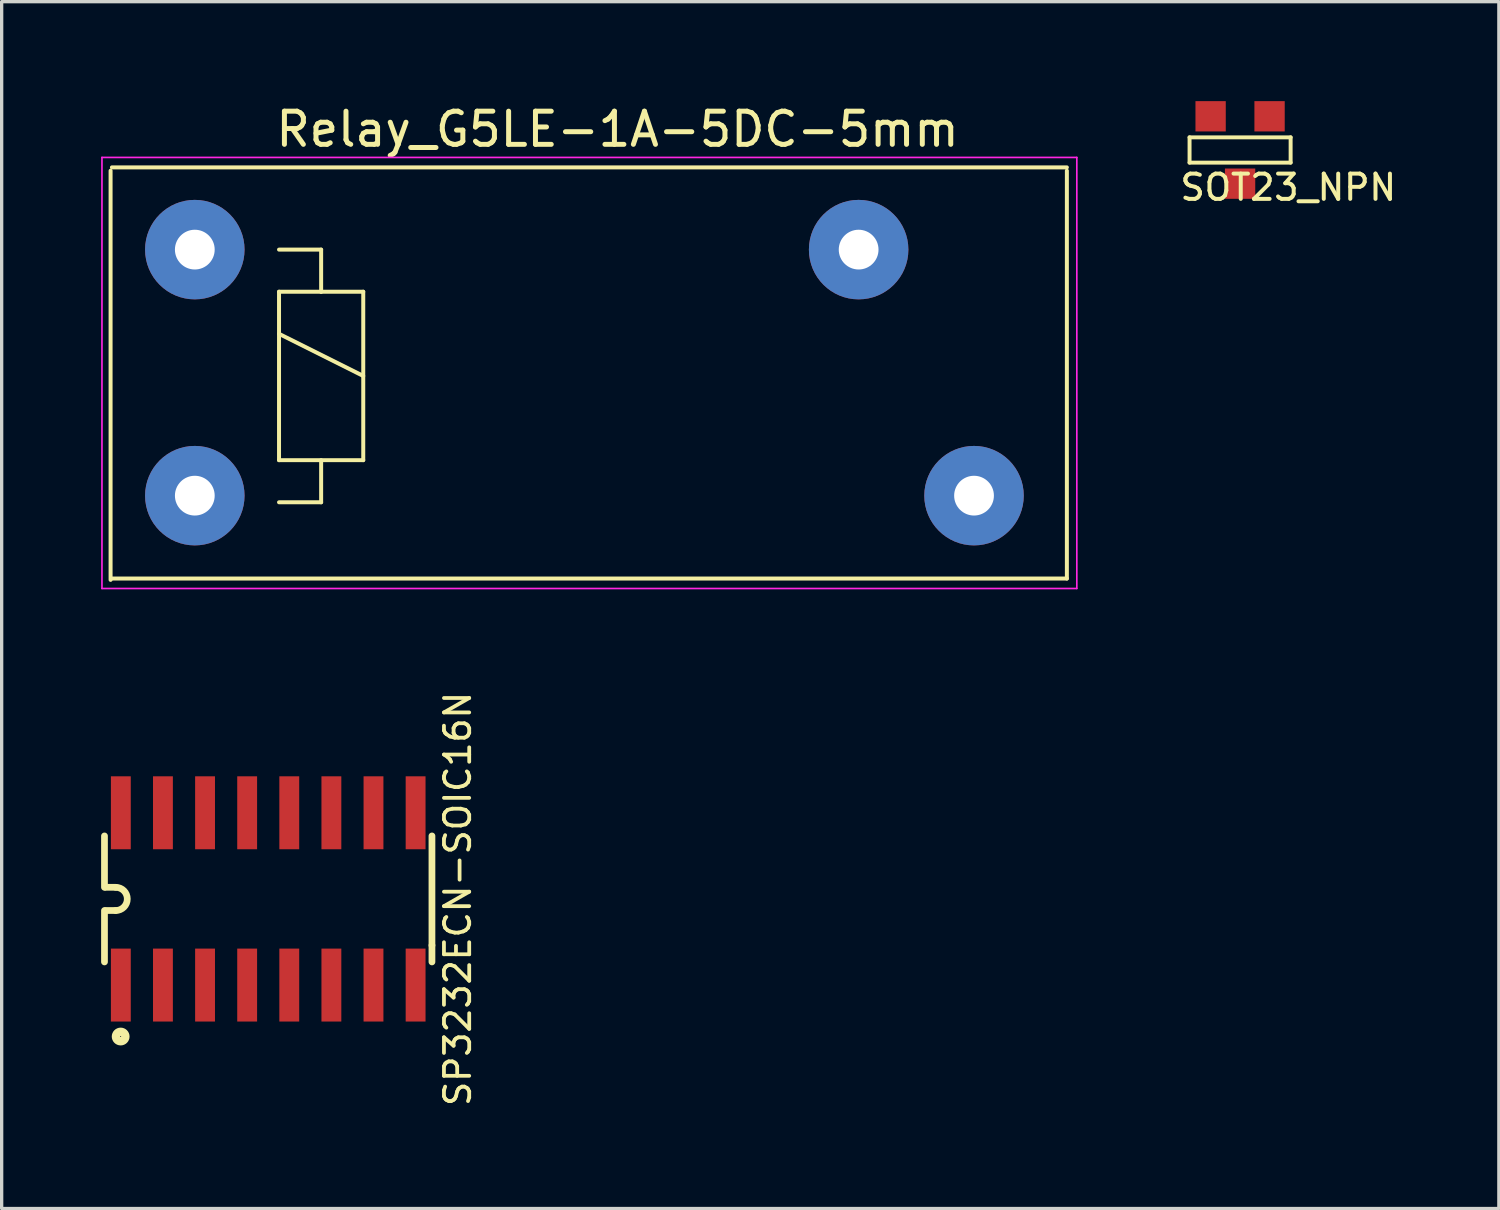
<source format=kicad_pcb>
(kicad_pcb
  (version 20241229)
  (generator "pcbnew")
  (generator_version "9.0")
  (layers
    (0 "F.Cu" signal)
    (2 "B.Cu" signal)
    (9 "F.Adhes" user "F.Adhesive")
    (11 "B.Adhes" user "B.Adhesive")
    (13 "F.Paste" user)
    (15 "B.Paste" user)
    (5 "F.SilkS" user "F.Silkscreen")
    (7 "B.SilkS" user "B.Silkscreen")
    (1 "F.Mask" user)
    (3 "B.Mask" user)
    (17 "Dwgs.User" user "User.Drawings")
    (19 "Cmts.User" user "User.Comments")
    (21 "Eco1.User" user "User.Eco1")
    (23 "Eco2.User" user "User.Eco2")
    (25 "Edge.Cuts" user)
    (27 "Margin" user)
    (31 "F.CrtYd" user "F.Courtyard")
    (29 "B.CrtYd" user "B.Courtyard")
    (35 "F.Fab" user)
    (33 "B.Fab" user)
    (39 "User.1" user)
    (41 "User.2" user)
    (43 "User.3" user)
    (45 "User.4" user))
  (footprint "SP3232ECN-SOIC16N"
    (layer "F.Cu")
    (at 5.039 24.06)
    (property "Reference" "SP3232ECN-SOIC16N" (at 5.715 0 90) (layer "F.SilkS") (effects (font (size 0.762 0.762) (thickness 0.114))))
    (attr smd)
    (fp_line (start -4.938 -0.35) (end -4.938 -1.9) (stroke (width 0.203) (type solid)) (layer "F.SilkS"))
    (fp_line (start -4.938 1.9) (end -4.938 0.35) (stroke (width 0.203) (type solid)) (layer "F.SilkS"))
    (fp_line (start -4.6 -0.35) (end -4.9 -0.35) (stroke (width 0.203) (type solid)) (layer "F.SilkS"))
    (fp_line (start -4.6 0.35) (end -4.9 0.35) (stroke (width 0.203) (type solid)) (layer "F.SilkS"))
    (fp_line (start 4.938 -1.9) (end 4.938 1.4) (stroke (width 0.203) (type solid)) (layer "F.SilkS"))
    (fp_line (start 4.938 1.4) (end 4.938 1.9) (stroke (width 0.203) (type solid)) (layer "F.SilkS"))
    (fp_arc (start -4.6 -0.35) (mid -4.25 0) (end -4.6 0.35) (stroke (width 0.2032) (type solid)) (layer "F.SilkS"))
    (fp_circle (center -4.45 4.15) (end -4.35 4.05) (stroke (width 0.254) (type solid)) (fill no) (layer "F.SilkS"))
    (pad "1" smd rect (at -4.445 2.598) (size 0.599 2.2) (layers "F.Cu" "F.Mask" "F.Paste"))
    (pad "2" smd rect (at -3.175 2.598) (size 0.599 2.2) (layers "F.Cu" "F.Mask" "F.Paste"))
    (pad "3" smd rect (at -1.905 2.598) (size 0.599 2.2) (layers "F.Cu" "F.Mask" "F.Paste"))
    (pad "4" smd rect (at -0.635 2.598) (size 0.599 2.2) (layers "F.Cu" "F.Mask" "F.Paste"))
    (pad "5" smd rect (at 0.635 2.598) (size 0.599 2.2) (layers "F.Cu" "F.Mask" "F.Paste"))
    (pad "6" smd rect (at 1.905 2.598) (size 0.599 2.2) (layers "F.Cu" "F.Mask" "F.Paste"))
    (pad "7" smd rect (at 3.175 2.598) (size 0.599 2.2) (layers "F.Cu" "F.Mask" "F.Paste"))
    (pad "8" smd rect (at 4.445 2.598) (size 0.599 2.2) (layers "F.Cu" "F.Mask" "F.Paste"))
    (pad "9" smd rect (at 4.445 -2.598) (size 0.599 2.2) (layers "F.Cu" "F.Mask" "F.Paste"))
    (pad "10" smd rect (at 3.175 -2.598) (size 0.599 2.2) (layers "F.Cu" "F.Mask" "F.Paste"))
    (pad "11" smd rect (at 1.905 -2.598) (size 0.599 2.2) (layers "F.Cu" "F.Mask" "F.Paste"))
    (pad "12" smd rect (at 0.635 -2.598) (size 0.599 2.2) (layers "F.Cu" "F.Mask" "F.Paste"))
    (pad "13" smd rect (at -0.635 -2.598) (size 0.599 2.2) (layers "F.Cu" "F.Mask" "F.Paste"))
    (pad "14" smd rect (at -1.905 -2.598) (size 0.599 2.2) (layers "F.Cu" "F.Mask" "F.Paste"))
    (pad "15" smd rect (at -3.175 -2.598) (size 0.599 2.2) (layers "F.Cu" "F.Mask" "F.Paste"))
    (pad "16" smd rect (at -4.445 -2.598) (size 0.599 2.2) (layers "F.Cu" "F.Mask" "F.Paste")))
  (footprint "SOT23_NPN"
    (layer "F.Cu")
    (at 34.349 1.473)
    (property "Reference" "SOT23_NPN" (at 1.453 1.128 0) (layer "F.SilkS") (effects (font (size 0.762 0.762) (thickness 0.12))))
    (attr smd)
    (fp_line (start -1.524 -0.381) (end 1.524 -0.381) (stroke (width 0.119) (type solid)) (layer "F.SilkS"))
    (fp_line (start -1.524 0.381) (end -1.524 -0.381) (stroke (width 0.119) (type solid)) (layer "F.SilkS"))
    (fp_line (start 1.524 -0.381) (end 1.524 0.381) (stroke (width 0.119) (type solid)) (layer "F.SilkS"))
    (fp_line (start 1.524 0.381) (end -1.524 0.381) (stroke (width 0.119) (type solid)) (layer "F.SilkS"))
    (pad "1" smd rect (at 0.889 -1.016) (size 0.914 0.914) (layers "F.Cu" "F.Mask" "F.Paste"))
    (pad "2" smd rect (at -0.889 -1.016) (size 0.914 0.914) (layers "F.Cu" "F.Mask" "F.Paste"))
    (pad "3" smd rect (at 0 1.016) (size 0.914 0.914) (layers "F.Cu" "F.Mask" "F.Paste")))
  (footprint "Relay_G5LE-1A-5DC-5mm"
    (layer "F.Cu")
    (at 2.825 12.098)
    (property "Reference" "Relay_G5LE-1A-5DC-5mm" (at 12.75 -11.25 0) (layer "F.SilkS") (effects (font (size 1 1) (thickness 0.15))))
    (attr through_hole)
    (fp_line (start -2.54 2.34) (end -2.54 -10) (stroke (width 0.12) (type solid)) (layer "F.SilkS"))
    (fp_line (start 2.54 -7.62) (end 3.81 -7.62) (stroke (width 0.12) (type solid)) (layer "F.SilkS"))
    (fp_line (start 2.54 -6.35) (end 3.81 -6.35) (stroke (width 0.12) (type solid)) (layer "F.SilkS"))
    (fp_line (start 2.54 -5.08) (end 5.08 -3.81) (stroke (width 0.12) (type solid)) (layer "F.SilkS"))
    (fp_line (start 2.54 -1.27) (end 2.54 -6.35) (stroke (width 0.12) (type solid)) (layer "F.SilkS"))
    (fp_line (start 3.81 -7.62) (end 3.81 -6.35) (stroke (width 0.12) (type solid)) (layer "F.SilkS"))
    (fp_line (start 3.81 -6.35) (end 5.08 -6.35) (stroke (width 0.12) (type solid)) (layer "F.SilkS"))
    (fp_line (start 3.81 -1.27) (end 3.81 0) (stroke (width 0.12) (type solid)) (layer "F.SilkS"))
    (fp_line (start 3.81 0) (end 2.54 0) (stroke (width 0.12) (type solid)) (layer "F.SilkS"))
    (fp_line (start 5.08 -6.35) (end 5.08 -1.27) (stroke (width 0.12) (type solid)) (layer "F.SilkS"))
    (fp_line (start 5.08 -1.27) (end 2.54 -1.27) (stroke (width 0.12) (type solid)) (layer "F.SilkS"))
    (fp_line (start 26.3 -10.1) (end -2.5 -10.1) (stroke (width 0.12) (type solid)) (layer "F.SilkS"))
    (fp_line (start 26.3 -10) (end 26.3 2.3) (stroke (width 0.12) (type solid)) (layer "F.SilkS"))
    (fp_line (start 26.3 2.3) (end -2.5 2.3) (stroke (width 0.12) (type solid)) (layer "F.SilkS"))
    (fp_line (start -2.8 -10.4) (end -2.8 2.6) (stroke (width 0.05) (type solid)) (layer "F.CrtYd"))
    (fp_line (start -2.8 -10.4) (end 26.6 -10.4) (stroke (width 0.05) (type solid)) (layer "F.CrtYd"))
    (fp_line (start 26.6 -10.4) (end 26.6 2.6) (stroke (width 0.05) (type solid)) (layer "F.CrtYd"))
    (fp_line (start 26.6 2.6) (end -2.8 2.6) (stroke (width 0.05) (type solid)) (layer "F.CrtYd"))
    (pad "1" thru_hole circle (at 0 -0.2) (size 3 3) (drill 1.199) (layers "*.Cu" "*.Mask"))
    (pad "3" thru_hole circle (at 23.5 -0.2) (size 3 3) (drill 1.199) (layers "*.Cu" "*.Mask"))
    (pad "4" thru_hole circle (at 20.02 -7.62) (size 3 3) (drill 1.199) (layers "*.Cu" "*.Mask"))
    (pad "5" thru_hole circle (at 0 -7.62) (size 3 3) (drill 1.199) (layers "*.Cu" "*.Mask")))
  (gr_rect
    (start -3 -3)
    (end 42.153 33.396)
    (stroke (width 0.1) (type default))
    (fill no)
    (layer "Edge.Cuts")))
</source>
